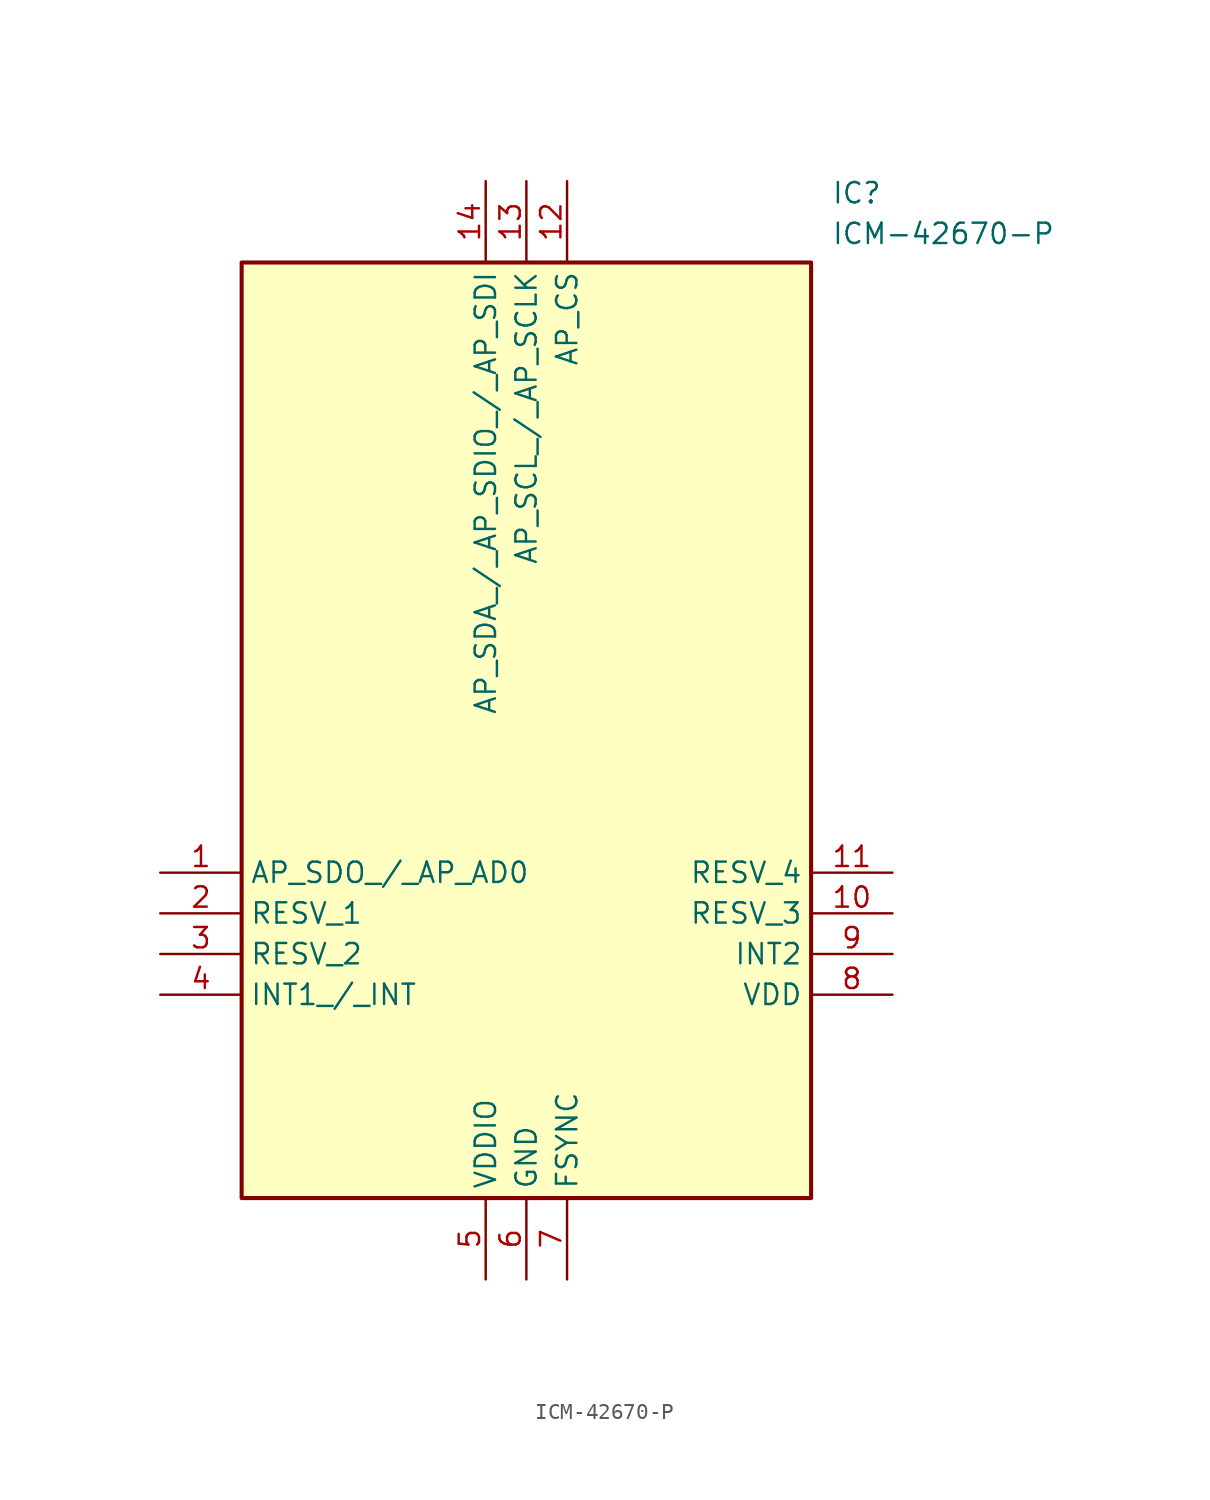
<source format=kicad_sym>
(kicad_symbol_lib
  (version 20241209)
  (generator "kicad_symbol_editor")
  (generator_version "9.0")
  (symbol "ICM-42670-P"
    (property "Reference" "IC"
      (at 41.91 43.18 0)
      (effects (font (size 1.27 1.27)) (justify left top)))
    (property "Value" "ICM-42670-P"
      (at 41.91 40.64 0)
      (effects (font (size 1.27 1.27)) (justify left top)))
    (symbol "ICM-42670-P_1_1"
      (rectangle (start 5.08 38.1) (end 40.64 -20.32) (stroke (width 0.254) (type default)) (fill (type background)))
      (pin passive line (at 0 0 0) (length 5.08) (name "AP_SDO_/_AP_AD0" (effects (font (size 1.27 1.27)))) (number "1" (effects (font (size 1.27 1.27)))))
      (pin passive line (at 0 -2.54 0) (length 5.08) (name "RESV_1" (effects (font (size 1.27 1.27)))) (number "2" (effects (font (size 1.27 1.27)))))
      (pin passive line (at 0 -5.08 0) (length 5.08) (name "RESV_2" (effects (font (size 1.27 1.27)))) (number "3" (effects (font (size 1.27 1.27)))))
      (pin passive line (at 0 -7.62 0) (length 5.08) (name "INT1_/_INT" (effects (font (size 1.27 1.27)))) (number "4" (effects (font (size 1.27 1.27)))))
      (pin passive line (at 20.32 43.18 270) (length 5.08) (name "AP_SDA_/_AP_SDIO_/_AP_SDI" (effects (font (size 1.27 1.27)))) (number "14" (effects (font (size 1.27 1.27)))))
      (pin passive line (at 20.32 -25.4 90) (length 5.08) (name "VDDIO" (effects (font (size 1.27 1.27)))) (number "5" (effects (font (size 1.27 1.27)))))
      (pin passive line (at 22.86 43.18 270) (length 5.08) (name "AP_SCL_/_AP_SCLK" (effects (font (size 1.27 1.27)))) (number "13" (effects (font (size 1.27 1.27)))))
      (pin passive line (at 22.86 -25.4 90) (length 5.08) (name "GND" (effects (font (size 1.27 1.27)))) (number "6" (effects (font (size 1.27 1.27)))))
      (pin passive line (at 25.4 43.18 270) (length 5.08) (name "AP_CS" (effects (font (size 1.27 1.27)))) (number "12" (effects (font (size 1.27 1.27)))))
      (pin passive line (at 25.4 -25.4 90) (length 5.08) (name "FSYNC" (effects (font (size 1.27 1.27)))) (number "7" (effects (font (size 1.27 1.27)))))
      (pin passive line (at 45.72 0 180) (length 5.08) (name "RESV_4" (effects (font (size 1.27 1.27)))) (number "11" (effects (font (size 1.27 1.27)))))
      (pin passive line (at 45.72 -2.54 180) (length 5.08) (name "RESV_3" (effects (font (size 1.27 1.27)))) (number "10" (effects (font (size 1.27 1.27)))))
      (pin passive line (at 45.72 -5.08 180) (length 5.08) (name "INT2" (effects (font (size 1.27 1.27)))) (number "9" (effects (font (size 1.27 1.27)))))
      (pin passive line (at 45.72 -7.62 180) (length 5.08) (name "VDD" (effects (font (size 1.27 1.27)))) (number "8" (effects (font (size 1.27 1.27))))))))
</source>
